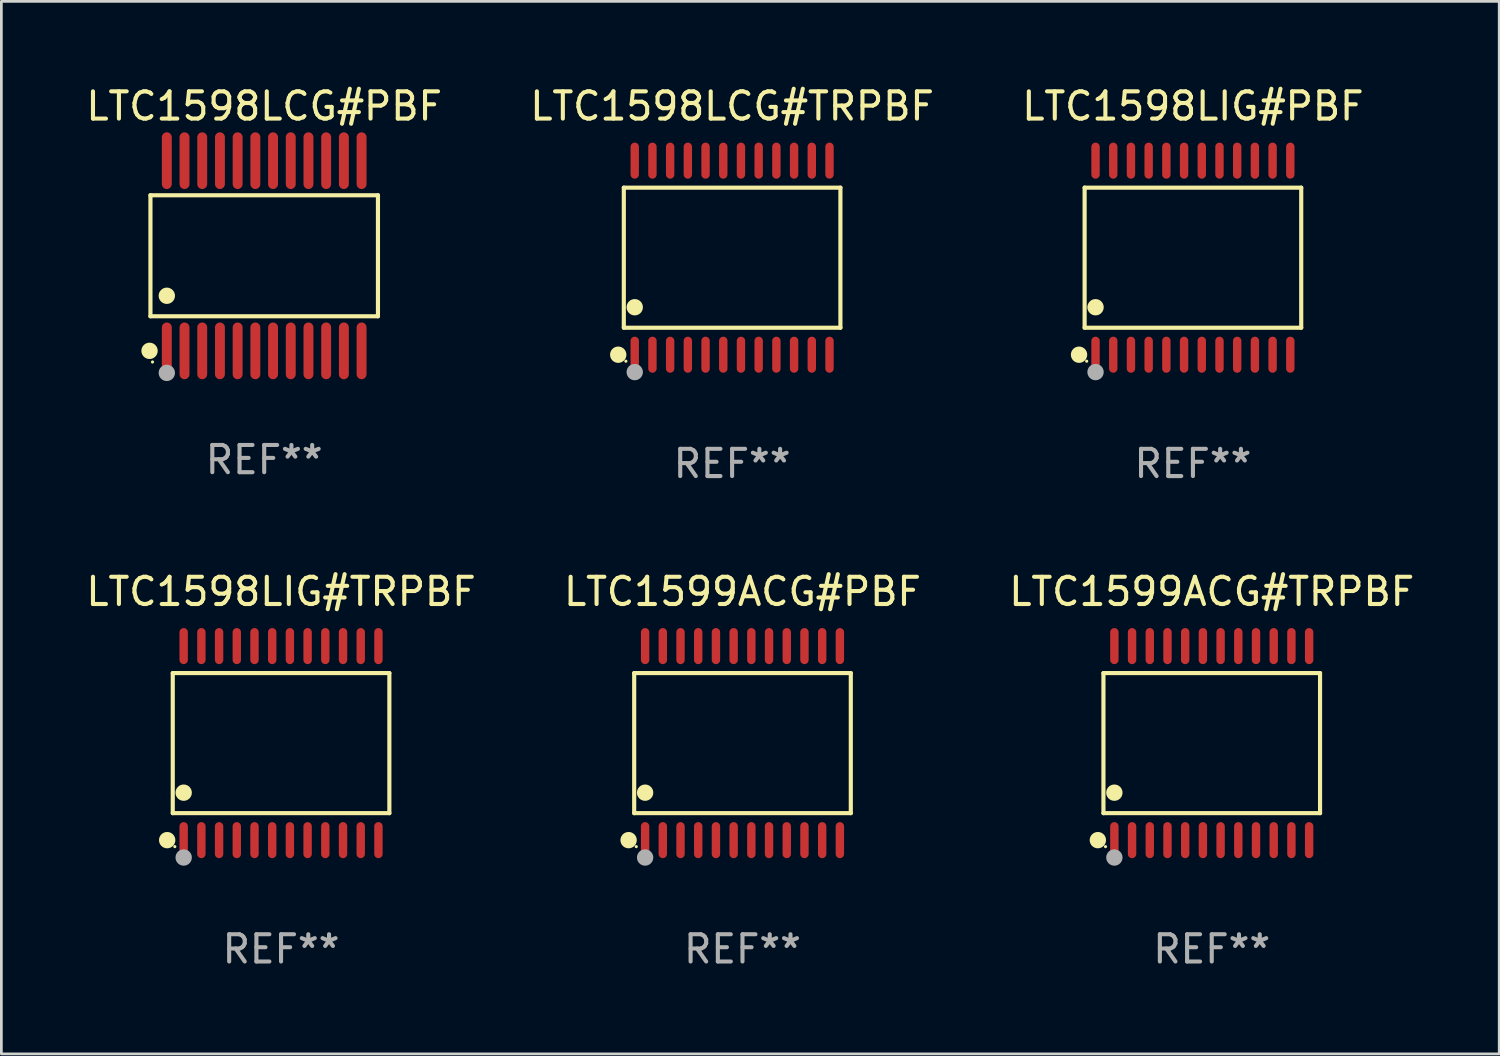
<source format=kicad_pcb>
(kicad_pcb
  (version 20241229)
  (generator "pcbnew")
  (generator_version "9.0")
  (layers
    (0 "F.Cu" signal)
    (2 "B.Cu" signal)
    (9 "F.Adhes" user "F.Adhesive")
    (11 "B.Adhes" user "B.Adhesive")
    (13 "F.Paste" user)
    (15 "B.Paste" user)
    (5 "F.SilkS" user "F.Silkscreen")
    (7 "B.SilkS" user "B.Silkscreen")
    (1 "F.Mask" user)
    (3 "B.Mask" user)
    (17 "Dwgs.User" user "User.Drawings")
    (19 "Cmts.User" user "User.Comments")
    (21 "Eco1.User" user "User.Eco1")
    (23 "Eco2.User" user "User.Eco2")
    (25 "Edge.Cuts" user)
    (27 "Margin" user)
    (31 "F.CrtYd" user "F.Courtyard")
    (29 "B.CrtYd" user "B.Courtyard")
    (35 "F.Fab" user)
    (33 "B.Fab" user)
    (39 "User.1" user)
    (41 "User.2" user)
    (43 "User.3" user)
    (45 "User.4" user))
  (footprint "LTC1598LIG#PBF"
    (layer "F.Cu")
    (at 40.744 6.41)
    (property "Reference" "LTC1598LIG#PBF" (at 0 -5.562 0) (layer "F.SilkS") (effects (font (size 1 1) (thickness 0.15))))
    (attr through_hole)
    (fp_line (start -3.976 -2.571) (end 3.976 -2.571) (stroke (width 0.152) (type solid)) (layer "F.SilkS"))
    (fp_line (start -3.976 2.571) (end -3.976 -2.571) (stroke (width 0.152) (type solid)) (layer "F.SilkS"))
    (fp_line (start 3.976 -2.571) (end 3.976 2.571) (stroke (width 0.152) (type solid)) (layer "F.SilkS"))
    (fp_line (start 3.976 2.571) (end -3.976 2.571) (stroke (width 0.152) (type solid)) (layer "F.SilkS"))
    (fp_circle (center -4.181 3.562) (end -4.031 3.562) (stroke (width 0.3) (type solid)) (fill no) (layer "F.SilkS"))
    (fp_circle (center -3.9 3.8) (end -3.87 3.8) (stroke (width 0.06) (type solid)) (fill no) (layer "F.SilkS"))
    (fp_circle (center -3.575 1.819) (end -3.425 1.819) (stroke (width 0.3) (type solid)) (fill no) (layer "F.SilkS"))
    (fp_circle (center -3.575 4.2) (end -3.425 4.2) (stroke (width 0.3) (type solid)) (fill no) (layer "F.Fab"))
    (fp_text user "REF**" (at 0 7.562 0) (layer "F.Fab") (effects (font (size 1 1) (thickness 0.15))))
    (pad "1" smd oval (at -3.575 3.562) (size 0.308 1.324) (layers "F.Cu" "F.Mask" "F.Paste"))
    (pad "2" smd oval (at -2.925 3.562) (size 0.308 1.324) (layers "F.Cu" "F.Mask" "F.Paste"))
    (pad "3" smd oval (at -2.275 3.562) (size 0.308 1.324) (layers "F.Cu" "F.Mask" "F.Paste"))
    (pad "4" smd oval (at -1.625 3.562) (size 0.308 1.324) (layers "F.Cu" "F.Mask" "F.Paste"))
    (pad "5" smd oval (at -0.975 3.562) (size 0.308 1.324) (layers "F.Cu" "F.Mask" "F.Paste"))
    (pad "6" smd oval (at -0.325 3.562) (size 0.308 1.324) (layers "F.Cu" "F.Mask" "F.Paste"))
    (pad "7" smd oval (at 0.325 3.562) (size 0.308 1.324) (layers "F.Cu" "F.Mask" "F.Paste"))
    (pad "8" smd oval (at 0.975 3.562) (size 0.308 1.324) (layers "F.Cu" "F.Mask" "F.Paste"))
    (pad "9" smd oval (at 1.625 3.562) (size 0.308 1.324) (layers "F.Cu" "F.Mask" "F.Paste"))
    (pad "10" smd oval (at 2.275 3.562) (size 0.308 1.324) (layers "F.Cu" "F.Mask" "F.Paste"))
    (pad "11" smd oval (at 2.925 3.562) (size 0.308 1.324) (layers "F.Cu" "F.Mask" "F.Paste"))
    (pad "12" smd oval (at 3.575 3.562) (size 0.308 1.324) (layers "F.Cu" "F.Mask" "F.Paste"))
    (pad "13" smd oval (at 3.575 -3.562) (size 0.308 1.324) (layers "F.Cu" "F.Mask" "F.Paste"))
    (pad "14" smd oval (at 2.925 -3.562) (size 0.308 1.324) (layers "F.Cu" "F.Mask" "F.Paste"))
    (pad "15" smd oval (at 2.275 -3.562) (size 0.308 1.324) (layers "F.Cu" "F.Mask" "F.Paste"))
    (pad "16" smd oval (at 1.625 -3.562) (size 0.308 1.324) (layers "F.Cu" "F.Mask" "F.Paste"))
    (pad "17" smd oval (at 0.975 -3.562) (size 0.308 1.324) (layers "F.Cu" "F.Mask" "F.Paste"))
    (pad "18" smd oval (at 0.325 -3.562) (size 0.308 1.324) (layers "F.Cu" "F.Mask" "F.Paste"))
    (pad "19" smd oval (at -0.325 -3.562) (size 0.308 1.324) (layers "F.Cu" "F.Mask" "F.Paste"))
    (pad "20" smd oval (at -0.975 -3.562) (size 0.308 1.324) (layers "F.Cu" "F.Mask" "F.Paste"))
    (pad "21" smd oval (at -1.625 -3.562) (size 0.308 1.324) (layers "F.Cu" "F.Mask" "F.Paste"))
    (pad "22" smd oval (at -2.275 -3.562) (size 0.308 1.324) (layers "F.Cu" "F.Mask" "F.Paste"))
    (pad "23" smd oval (at -2.925 -3.562) (size 0.308 1.324) (layers "F.Cu" "F.Mask" "F.Paste"))
    (pad "24" smd oval (at -3.575 -3.562) (size 0.308 1.324) (layers "F.Cu" "F.Mask" "F.Paste")))
  (footprint "LTC1599ACG#TRPBF"
    (layer "F.Cu")
    (at 41.435 24.231)
    (property "Reference" "LTC1599ACG#TRPBF" (at 0 -5.562 0) (layer "F.SilkS") (effects (font (size 1 1) (thickness 0.15))))
    (attr through_hole)
    (fp_line (start -3.976 -2.571) (end 3.976 -2.571) (stroke (width 0.152) (type solid)) (layer "F.SilkS"))
    (fp_line (start -3.976 2.571) (end -3.976 -2.571) (stroke (width 0.152) (type solid)) (layer "F.SilkS"))
    (fp_line (start 3.976 -2.571) (end 3.976 2.571) (stroke (width 0.152) (type solid)) (layer "F.SilkS"))
    (fp_line (start 3.976 2.571) (end -3.976 2.571) (stroke (width 0.152) (type solid)) (layer "F.SilkS"))
    (fp_circle (center -4.181 3.562) (end -4.031 3.562) (stroke (width 0.3) (type solid)) (fill no) (layer "F.SilkS"))
    (fp_circle (center -3.9 3.8) (end -3.87 3.8) (stroke (width 0.06) (type solid)) (fill no) (layer "F.SilkS"))
    (fp_circle (center -3.575 1.819) (end -3.425 1.819) (stroke (width 0.3) (type solid)) (fill no) (layer "F.SilkS"))
    (fp_circle (center -3.575 4.2) (end -3.425 4.2) (stroke (width 0.3) (type solid)) (fill no) (layer "F.Fab"))
    (fp_text user "REF**" (at 0 7.562 0) (layer "F.Fab") (effects (font (size 1 1) (thickness 0.15))))
    (pad "1" smd oval (at -3.575 3.562) (size 0.308 1.324) (layers "F.Cu" "F.Mask" "F.Paste"))
    (pad "2" smd oval (at -2.925 3.562) (size 0.308 1.324) (layers "F.Cu" "F.Mask" "F.Paste"))
    (pad "3" smd oval (at -2.275 3.562) (size 0.308 1.324) (layers "F.Cu" "F.Mask" "F.Paste"))
    (pad "4" smd oval (at -1.625 3.562) (size 0.308 1.324) (layers "F.Cu" "F.Mask" "F.Paste"))
    (pad "5" smd oval (at -0.975 3.562) (size 0.308 1.324) (layers "F.Cu" "F.Mask" "F.Paste"))
    (pad "6" smd oval (at -0.325 3.562) (size 0.308 1.324) (layers "F.Cu" "F.Mask" "F.Paste"))
    (pad "7" smd oval (at 0.325 3.562) (size 0.308 1.324) (layers "F.Cu" "F.Mask" "F.Paste"))
    (pad "8" smd oval (at 0.975 3.562) (size 0.308 1.324) (layers "F.Cu" "F.Mask" "F.Paste"))
    (pad "9" smd oval (at 1.625 3.562) (size 0.308 1.324) (layers "F.Cu" "F.Mask" "F.Paste"))
    (pad "10" smd oval (at 2.275 3.562) (size 0.308 1.324) (layers "F.Cu" "F.Mask" "F.Paste"))
    (pad "11" smd oval (at 2.925 3.562) (size 0.308 1.324) (layers "F.Cu" "F.Mask" "F.Paste"))
    (pad "12" smd oval (at 3.575 3.562) (size 0.308 1.324) (layers "F.Cu" "F.Mask" "F.Paste"))
    (pad "13" smd oval (at 3.575 -3.562) (size 0.308 1.324) (layers "F.Cu" "F.Mask" "F.Paste"))
    (pad "14" smd oval (at 2.925 -3.562) (size 0.308 1.324) (layers "F.Cu" "F.Mask" "F.Paste"))
    (pad "15" smd oval (at 2.275 -3.562) (size 0.308 1.324) (layers "F.Cu" "F.Mask" "F.Paste"))
    (pad "16" smd oval (at 1.625 -3.562) (size 0.308 1.324) (layers "F.Cu" "F.Mask" "F.Paste"))
    (pad "17" smd oval (at 0.975 -3.562) (size 0.308 1.324) (layers "F.Cu" "F.Mask" "F.Paste"))
    (pad "18" smd oval (at 0.325 -3.562) (size 0.308 1.324) (layers "F.Cu" "F.Mask" "F.Paste"))
    (pad "19" smd oval (at -0.325 -3.562) (size 0.308 1.324) (layers "F.Cu" "F.Mask" "F.Paste"))
    (pad "20" smd oval (at -0.975 -3.562) (size 0.308 1.324) (layers "F.Cu" "F.Mask" "F.Paste"))
    (pad "21" smd oval (at -1.625 -3.562) (size 0.308 1.324) (layers "F.Cu" "F.Mask" "F.Paste"))
    (pad "22" smd oval (at -2.275 -3.562) (size 0.308 1.324) (layers "F.Cu" "F.Mask" "F.Paste"))
    (pad "23" smd oval (at -2.925 -3.562) (size 0.308 1.324) (layers "F.Cu" "F.Mask" "F.Paste"))
    (pad "24" smd oval (at -3.575 -3.562) (size 0.308 1.324) (layers "F.Cu" "F.Mask" "F.Paste")))
  (footprint "LTC1598LCG#TRPBF"
    (layer "F.Cu")
    (at 23.827 6.41)
    (property "Reference" "LTC1598LCG#TRPBF" (at 0 -5.562 0) (layer "F.SilkS") (effects (font (size 1 1) (thickness 0.15))))
    (attr through_hole)
    (fp_line (start -3.976 -2.571) (end 3.976 -2.571) (stroke (width 0.152) (type solid)) (layer "F.SilkS"))
    (fp_line (start -3.976 2.571) (end -3.976 -2.571) (stroke (width 0.152) (type solid)) (layer "F.SilkS"))
    (fp_line (start 3.976 -2.571) (end 3.976 2.571) (stroke (width 0.152) (type solid)) (layer "F.SilkS"))
    (fp_line (start 3.976 2.571) (end -3.976 2.571) (stroke (width 0.152) (type solid)) (layer "F.SilkS"))
    (fp_circle (center -4.181 3.562) (end -4.031 3.562) (stroke (width 0.3) (type solid)) (fill no) (layer "F.SilkS"))
    (fp_circle (center -3.9 3.8) (end -3.87 3.8) (stroke (width 0.06) (type solid)) (fill no) (layer "F.SilkS"))
    (fp_circle (center -3.575 1.819) (end -3.425 1.819) (stroke (width 0.3) (type solid)) (fill no) (layer "F.SilkS"))
    (fp_circle (center -3.575 4.2) (end -3.425 4.2) (stroke (width 0.3) (type solid)) (fill no) (layer "F.Fab"))
    (fp_text user "REF**" (at 0 7.562 0) (layer "F.Fab") (effects (font (size 1 1) (thickness 0.15))))
    (pad "1" smd oval (at -3.575 3.562) (size 0.308 1.324) (layers "F.Cu" "F.Mask" "F.Paste"))
    (pad "2" smd oval (at -2.925 3.562) (size 0.308 1.324) (layers "F.Cu" "F.Mask" "F.Paste"))
    (pad "3" smd oval (at -2.275 3.562) (size 0.308 1.324) (layers "F.Cu" "F.Mask" "F.Paste"))
    (pad "4" smd oval (at -1.625 3.562) (size 0.308 1.324) (layers "F.Cu" "F.Mask" "F.Paste"))
    (pad "5" smd oval (at -0.975 3.562) (size 0.308 1.324) (layers "F.Cu" "F.Mask" "F.Paste"))
    (pad "6" smd oval (at -0.325 3.562) (size 0.308 1.324) (layers "F.Cu" "F.Mask" "F.Paste"))
    (pad "7" smd oval (at 0.325 3.562) (size 0.308 1.324) (layers "F.Cu" "F.Mask" "F.Paste"))
    (pad "8" smd oval (at 0.975 3.562) (size 0.308 1.324) (layers "F.Cu" "F.Mask" "F.Paste"))
    (pad "9" smd oval (at 1.625 3.562) (size 0.308 1.324) (layers "F.Cu" "F.Mask" "F.Paste"))
    (pad "10" smd oval (at 2.275 3.562) (size 0.308 1.324) (layers "F.Cu" "F.Mask" "F.Paste"))
    (pad "11" smd oval (at 2.925 3.562) (size 0.308 1.324) (layers "F.Cu" "F.Mask" "F.Paste"))
    (pad "12" smd oval (at 3.575 3.562) (size 0.308 1.324) (layers "F.Cu" "F.Mask" "F.Paste"))
    (pad "13" smd oval (at 3.575 -3.562) (size 0.308 1.324) (layers "F.Cu" "F.Mask" "F.Paste"))
    (pad "14" smd oval (at 2.925 -3.562) (size 0.308 1.324) (layers "F.Cu" "F.Mask" "F.Paste"))
    (pad "15" smd oval (at 2.275 -3.562) (size 0.308 1.324) (layers "F.Cu" "F.Mask" "F.Paste"))
    (pad "16" smd oval (at 1.625 -3.562) (size 0.308 1.324) (layers "F.Cu" "F.Mask" "F.Paste"))
    (pad "17" smd oval (at 0.975 -3.562) (size 0.308 1.324) (layers "F.Cu" "F.Mask" "F.Paste"))
    (pad "18" smd oval (at 0.325 -3.562) (size 0.308 1.324) (layers "F.Cu" "F.Mask" "F.Paste"))
    (pad "19" smd oval (at -0.325 -3.562) (size 0.308 1.324) (layers "F.Cu" "F.Mask" "F.Paste"))
    (pad "20" smd oval (at -0.975 -3.562) (size 0.308 1.324) (layers "F.Cu" "F.Mask" "F.Paste"))
    (pad "21" smd oval (at -1.625 -3.562) (size 0.308 1.324) (layers "F.Cu" "F.Mask" "F.Paste"))
    (pad "22" smd oval (at -2.275 -3.562) (size 0.308 1.324) (layers "F.Cu" "F.Mask" "F.Paste"))
    (pad "23" smd oval (at -2.925 -3.562) (size 0.308 1.324) (layers "F.Cu" "F.Mask" "F.Paste"))
    (pad "24" smd oval (at -3.575 -3.562) (size 0.308 1.324) (layers "F.Cu" "F.Mask" "F.Paste")))
  (footprint "LTC1598LIG#TRPBF"
    (layer "F.Cu")
    (at 7.268 24.231)
    (property "Reference" "LTC1598LIG#TRPBF" (at 0 -5.562 0) (layer "F.SilkS") (effects (font (size 1 1) (thickness 0.15))))
    (attr through_hole)
    (fp_line (start -3.976 -2.571) (end 3.976 -2.571) (stroke (width 0.152) (type solid)) (layer "F.SilkS"))
    (fp_line (start -3.976 2.571) (end -3.976 -2.571) (stroke (width 0.152) (type solid)) (layer "F.SilkS"))
    (fp_line (start 3.976 -2.571) (end 3.976 2.571) (stroke (width 0.152) (type solid)) (layer "F.SilkS"))
    (fp_line (start 3.976 2.571) (end -3.976 2.571) (stroke (width 0.152) (type solid)) (layer "F.SilkS"))
    (fp_circle (center -4.181 3.562) (end -4.031 3.562) (stroke (width 0.3) (type solid)) (fill no) (layer "F.SilkS"))
    (fp_circle (center -3.9 3.8) (end -3.87 3.8) (stroke (width 0.06) (type solid)) (fill no) (layer "F.SilkS"))
    (fp_circle (center -3.575 1.819) (end -3.425 1.819) (stroke (width 0.3) (type solid)) (fill no) (layer "F.SilkS"))
    (fp_circle (center -3.575 4.2) (end -3.425 4.2) (stroke (width 0.3) (type solid)) (fill no) (layer "F.Fab"))
    (fp_text user "REF**" (at 0 7.562 0) (layer "F.Fab") (effects (font (size 1 1) (thickness 0.15))))
    (pad "1" smd oval (at -3.575 3.562) (size 0.308 1.324) (layers "F.Cu" "F.Mask" "F.Paste"))
    (pad "2" smd oval (at -2.925 3.562) (size 0.308 1.324) (layers "F.Cu" "F.Mask" "F.Paste"))
    (pad "3" smd oval (at -2.275 3.562) (size 0.308 1.324) (layers "F.Cu" "F.Mask" "F.Paste"))
    (pad "4" smd oval (at -1.625 3.562) (size 0.308 1.324) (layers "F.Cu" "F.Mask" "F.Paste"))
    (pad "5" smd oval (at -0.975 3.562) (size 0.308 1.324) (layers "F.Cu" "F.Mask" "F.Paste"))
    (pad "6" smd oval (at -0.325 3.562) (size 0.308 1.324) (layers "F.Cu" "F.Mask" "F.Paste"))
    (pad "7" smd oval (at 0.325 3.562) (size 0.308 1.324) (layers "F.Cu" "F.Mask" "F.Paste"))
    (pad "8" smd oval (at 0.975 3.562) (size 0.308 1.324) (layers "F.Cu" "F.Mask" "F.Paste"))
    (pad "9" smd oval (at 1.625 3.562) (size 0.308 1.324) (layers "F.Cu" "F.Mask" "F.Paste"))
    (pad "10" smd oval (at 2.275 3.562) (size 0.308 1.324) (layers "F.Cu" "F.Mask" "F.Paste"))
    (pad "11" smd oval (at 2.925 3.562) (size 0.308 1.324) (layers "F.Cu" "F.Mask" "F.Paste"))
    (pad "12" smd oval (at 3.575 3.562) (size 0.308 1.324) (layers "F.Cu" "F.Mask" "F.Paste"))
    (pad "13" smd oval (at 3.575 -3.562) (size 0.308 1.324) (layers "F.Cu" "F.Mask" "F.Paste"))
    (pad "14" smd oval (at 2.925 -3.562) (size 0.308 1.324) (layers "F.Cu" "F.Mask" "F.Paste"))
    (pad "15" smd oval (at 2.275 -3.562) (size 0.308 1.324) (layers "F.Cu" "F.Mask" "F.Paste"))
    (pad "16" smd oval (at 1.625 -3.562) (size 0.308 1.324) (layers "F.Cu" "F.Mask" "F.Paste"))
    (pad "17" smd oval (at 0.975 -3.562) (size 0.308 1.324) (layers "F.Cu" "F.Mask" "F.Paste"))
    (pad "18" smd oval (at 0.325 -3.562) (size 0.308 1.324) (layers "F.Cu" "F.Mask" "F.Paste"))
    (pad "19" smd oval (at -0.325 -3.562) (size 0.308 1.324) (layers "F.Cu" "F.Mask" "F.Paste"))
    (pad "20" smd oval (at -0.975 -3.562) (size 0.308 1.324) (layers "F.Cu" "F.Mask" "F.Paste"))
    (pad "21" smd oval (at -1.625 -3.562) (size 0.308 1.324) (layers "F.Cu" "F.Mask" "F.Paste"))
    (pad "22" smd oval (at -2.275 -3.562) (size 0.308 1.324) (layers "F.Cu" "F.Mask" "F.Paste"))
    (pad "23" smd oval (at -2.925 -3.562) (size 0.308 1.324) (layers "F.Cu" "F.Mask" "F.Paste"))
    (pad "24" smd oval (at -3.575 -3.562) (size 0.308 1.324) (layers "F.Cu" "F.Mask" "F.Paste")))
  (footprint "LTC1599ACG#PBF"
    (layer "F.Cu")
    (at 24.208 24.231)
    (property "Reference" "LTC1599ACG#PBF" (at 0 -5.562 0) (layer "F.SilkS") (effects (font (size 1 1) (thickness 0.15))))
    (attr through_hole)
    (fp_line (start -3.976 -2.571) (end 3.976 -2.571) (stroke (width 0.152) (type solid)) (layer "F.SilkS"))
    (fp_line (start -3.976 2.571) (end -3.976 -2.571) (stroke (width 0.152) (type solid)) (layer "F.SilkS"))
    (fp_line (start 3.976 -2.571) (end 3.976 2.571) (stroke (width 0.152) (type solid)) (layer "F.SilkS"))
    (fp_line (start 3.976 2.571) (end -3.976 2.571) (stroke (width 0.152) (type solid)) (layer "F.SilkS"))
    (fp_circle (center -4.181 3.562) (end -4.031 3.562) (stroke (width 0.3) (type solid)) (fill no) (layer "F.SilkS"))
    (fp_circle (center -3.9 3.8) (end -3.87 3.8) (stroke (width 0.06) (type solid)) (fill no) (layer "F.SilkS"))
    (fp_circle (center -3.575 1.819) (end -3.425 1.819) (stroke (width 0.3) (type solid)) (fill no) (layer "F.SilkS"))
    (fp_circle (center -3.575 4.2) (end -3.425 4.2) (stroke (width 0.3) (type solid)) (fill no) (layer "F.Fab"))
    (fp_text user "REF**" (at 0 7.562 0) (layer "F.Fab") (effects (font (size 1 1) (thickness 0.15))))
    (pad "1" smd oval (at -3.575 3.562) (size 0.308 1.324) (layers "F.Cu" "F.Mask" "F.Paste"))
    (pad "2" smd oval (at -2.925 3.562) (size 0.308 1.324) (layers "F.Cu" "F.Mask" "F.Paste"))
    (pad "3" smd oval (at -2.275 3.562) (size 0.308 1.324) (layers "F.Cu" "F.Mask" "F.Paste"))
    (pad "4" smd oval (at -1.625 3.562) (size 0.308 1.324) (layers "F.Cu" "F.Mask" "F.Paste"))
    (pad "5" smd oval (at -0.975 3.562) (size 0.308 1.324) (layers "F.Cu" "F.Mask" "F.Paste"))
    (pad "6" smd oval (at -0.325 3.562) (size 0.308 1.324) (layers "F.Cu" "F.Mask" "F.Paste"))
    (pad "7" smd oval (at 0.325 3.562) (size 0.308 1.324) (layers "F.Cu" "F.Mask" "F.Paste"))
    (pad "8" smd oval (at 0.975 3.562) (size 0.308 1.324) (layers "F.Cu" "F.Mask" "F.Paste"))
    (pad "9" smd oval (at 1.625 3.562) (size 0.308 1.324) (layers "F.Cu" "F.Mask" "F.Paste"))
    (pad "10" smd oval (at 2.275 3.562) (size 0.308 1.324) (layers "F.Cu" "F.Mask" "F.Paste"))
    (pad "11" smd oval (at 2.925 3.562) (size 0.308 1.324) (layers "F.Cu" "F.Mask" "F.Paste"))
    (pad "12" smd oval (at 3.575 3.562) (size 0.308 1.324) (layers "F.Cu" "F.Mask" "F.Paste"))
    (pad "13" smd oval (at 3.575 -3.562) (size 0.308 1.324) (layers "F.Cu" "F.Mask" "F.Paste"))
    (pad "14" smd oval (at 2.925 -3.562) (size 0.308 1.324) (layers "F.Cu" "F.Mask" "F.Paste"))
    (pad "15" smd oval (at 2.275 -3.562) (size 0.308 1.324) (layers "F.Cu" "F.Mask" "F.Paste"))
    (pad "16" smd oval (at 1.625 -3.562) (size 0.308 1.324) (layers "F.Cu" "F.Mask" "F.Paste"))
    (pad "17" smd oval (at 0.975 -3.562) (size 0.308 1.324) (layers "F.Cu" "F.Mask" "F.Paste"))
    (pad "18" smd oval (at 0.325 -3.562) (size 0.308 1.324) (layers "F.Cu" "F.Mask" "F.Paste"))
    (pad "19" smd oval (at -0.325 -3.562) (size 0.308 1.324) (layers "F.Cu" "F.Mask" "F.Paste"))
    (pad "20" smd oval (at -0.975 -3.562) (size 0.308 1.324) (layers "F.Cu" "F.Mask" "F.Paste"))
    (pad "21" smd oval (at -1.625 -3.562) (size 0.308 1.324) (layers "F.Cu" "F.Mask" "F.Paste"))
    (pad "22" smd oval (at -2.275 -3.562) (size 0.308 1.324) (layers "F.Cu" "F.Mask" "F.Paste"))
    (pad "23" smd oval (at -2.925 -3.562) (size 0.308 1.324) (layers "F.Cu" "F.Mask" "F.Paste"))
    (pad "24" smd oval (at -3.575 -3.562) (size 0.308 1.324) (layers "F.Cu" "F.Mask" "F.Paste")))
  (footprint "LTC1598LCG#PBF"
    (layer "F.Cu")
    (at 6.649 6.339)
    (property "Reference" "LTC1598LCG#PBF" (at 0 -5.491 0) (layer "F.SilkS") (effects (font (size 1 1) (thickness 0.15))))
    (attr through_hole)
    (fp_line (start -4.176 -2.221) (end 4.176 -2.221) (stroke (width 0.152) (type solid)) (layer "F.SilkS"))
    (fp_line (start -4.176 2.221) (end -4.176 -2.221) (stroke (width 0.152) (type solid)) (layer "F.SilkS"))
    (fp_line (start 4.176 -2.221) (end 4.176 2.221) (stroke (width 0.152) (type solid)) (layer "F.SilkS"))
    (fp_line (start 4.176 2.221) (end -4.176 2.221) (stroke (width 0.152) (type solid)) (layer "F.SilkS"))
    (fp_circle (center -4.209 3.491) (end -4.059 3.491) (stroke (width 0.3) (type solid)) (fill no) (layer "F.SilkS"))
    (fp_circle (center -4.1 3.9) (end -4.07 3.9) (stroke (width 0.06) (type solid)) (fill no) (layer "F.SilkS"))
    (fp_circle (center -3.575 1.469) (end -3.425 1.469) (stroke (width 0.3) (type solid)) (fill no) (layer "F.SilkS"))
    (fp_circle (center -3.575 4.3) (end -3.425 4.3) (stroke (width 0.3) (type solid)) (fill no) (layer "F.Fab"))
    (fp_text user "REF**" (at 0 7.491 0) (layer "F.Fab") (effects (font (size 1 1) (thickness 0.15))))
    (pad "1" smd oval (at -3.575 3.491) (size 0.364 2.082) (layers "F.Cu" "F.Mask" "F.Paste"))
    (pad "2" smd oval (at -2.925 3.491) (size 0.364 2.082) (layers "F.Cu" "F.Mask" "F.Paste"))
    (pad "3" smd oval (at -2.275 3.491) (size 0.364 2.082) (layers "F.Cu" "F.Mask" "F.Paste"))
    (pad "4" smd oval (at -1.625 3.491) (size 0.364 2.082) (layers "F.Cu" "F.Mask" "F.Paste"))
    (pad "5" smd oval (at -0.975 3.491) (size 0.364 2.082) (layers "F.Cu" "F.Mask" "F.Paste"))
    (pad "6" smd oval (at -0.325 3.491) (size 0.364 2.082) (layers "F.Cu" "F.Mask" "F.Paste"))
    (pad "7" smd oval (at 0.325 3.491) (size 0.364 2.082) (layers "F.Cu" "F.Mask" "F.Paste"))
    (pad "8" smd oval (at 0.975 3.491) (size 0.364 2.082) (layers "F.Cu" "F.Mask" "F.Paste"))
    (pad "9" smd oval (at 1.625 3.491) (size 0.364 2.082) (layers "F.Cu" "F.Mask" "F.Paste"))
    (pad "10" smd oval (at 2.275 3.491) (size 0.364 2.082) (layers "F.Cu" "F.Mask" "F.Paste"))
    (pad "11" smd oval (at 2.925 3.491) (size 0.364 2.082) (layers "F.Cu" "F.Mask" "F.Paste"))
    (pad "12" smd oval (at 3.575 3.491) (size 0.364 2.082) (layers "F.Cu" "F.Mask" "F.Paste"))
    (pad "13" smd oval (at 3.575 -3.491) (size 0.364 2.082) (layers "F.Cu" "F.Mask" "F.Paste"))
    (pad "14" smd oval (at 2.925 -3.491) (size 0.364 2.082) (layers "F.Cu" "F.Mask" "F.Paste"))
    (pad "15" smd oval (at 2.275 -3.491) (size 0.364 2.082) (layers "F.Cu" "F.Mask" "F.Paste"))
    (pad "16" smd oval (at 1.625 -3.491) (size 0.364 2.082) (layers "F.Cu" "F.Mask" "F.Paste"))
    (pad "17" smd oval (at 0.975 -3.491) (size 0.364 2.082) (layers "F.Cu" "F.Mask" "F.Paste"))
    (pad "18" smd oval (at 0.325 -3.491) (size 0.364 2.082) (layers "F.Cu" "F.Mask" "F.Paste"))
    (pad "19" smd oval (at -0.325 -3.491) (size 0.364 2.082) (layers "F.Cu" "F.Mask" "F.Paste"))
    (pad "20" smd oval (at -0.975 -3.491) (size 0.364 2.082) (layers "F.Cu" "F.Mask" "F.Paste"))
    (pad "21" smd oval (at -1.625 -3.491) (size 0.364 2.082) (layers "F.Cu" "F.Mask" "F.Paste"))
    (pad "22" smd oval (at -2.275 -3.491) (size 0.364 2.082) (layers "F.Cu" "F.Mask" "F.Paste"))
    (pad "23" smd oval (at -2.925 -3.491) (size 0.364 2.082) (layers "F.Cu" "F.Mask" "F.Paste"))
    (pad "24" smd oval (at -3.575 -3.491) (size 0.364 2.082) (layers "F.Cu" "F.Mask" "F.Paste")))
  (gr_rect
    (start -3 -3)
    (end 51.988 35.641)
    (stroke (width 0.1) (type default))
    (fill no)
    (layer "Edge.Cuts")))
</source>
